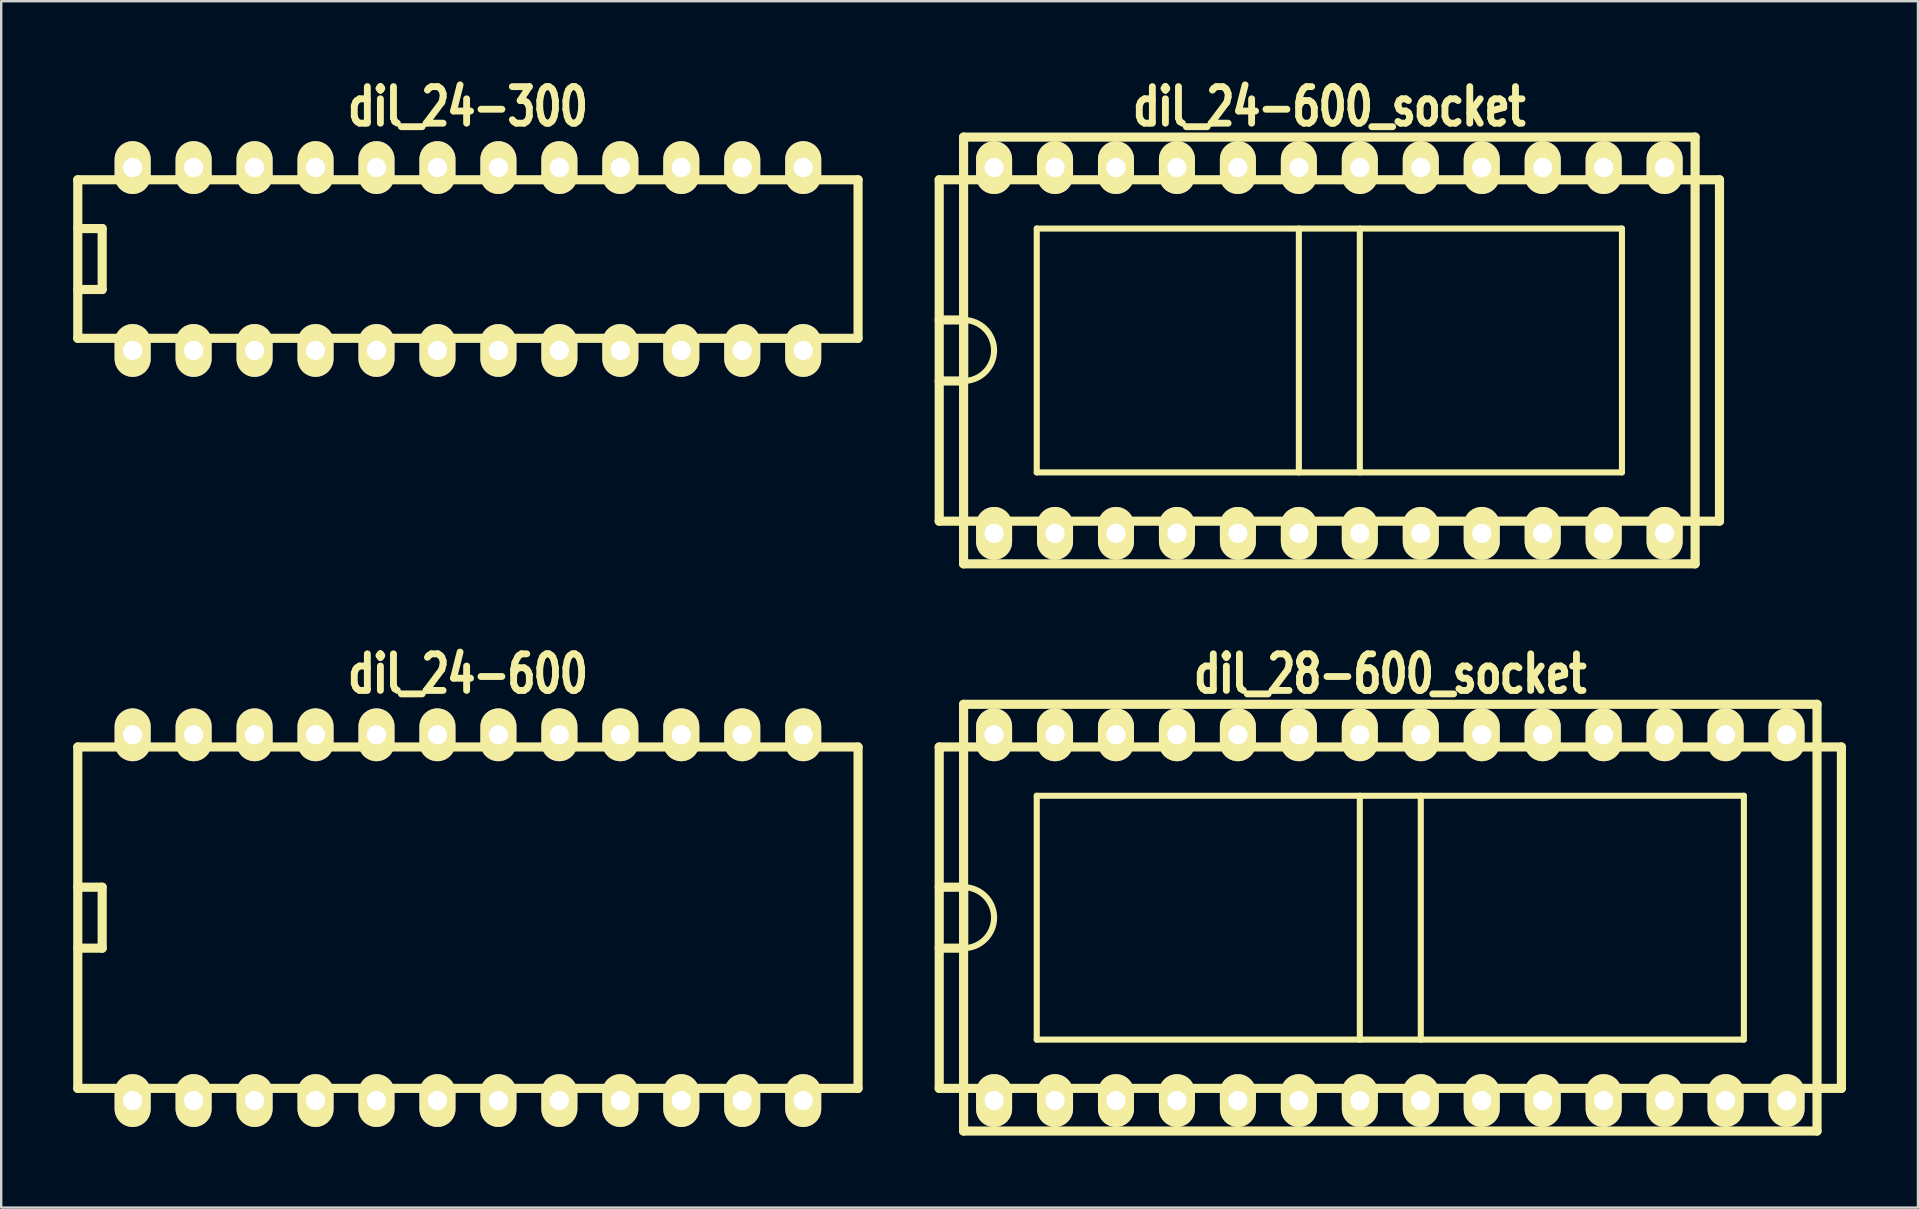
<source format=kicad_pcb>
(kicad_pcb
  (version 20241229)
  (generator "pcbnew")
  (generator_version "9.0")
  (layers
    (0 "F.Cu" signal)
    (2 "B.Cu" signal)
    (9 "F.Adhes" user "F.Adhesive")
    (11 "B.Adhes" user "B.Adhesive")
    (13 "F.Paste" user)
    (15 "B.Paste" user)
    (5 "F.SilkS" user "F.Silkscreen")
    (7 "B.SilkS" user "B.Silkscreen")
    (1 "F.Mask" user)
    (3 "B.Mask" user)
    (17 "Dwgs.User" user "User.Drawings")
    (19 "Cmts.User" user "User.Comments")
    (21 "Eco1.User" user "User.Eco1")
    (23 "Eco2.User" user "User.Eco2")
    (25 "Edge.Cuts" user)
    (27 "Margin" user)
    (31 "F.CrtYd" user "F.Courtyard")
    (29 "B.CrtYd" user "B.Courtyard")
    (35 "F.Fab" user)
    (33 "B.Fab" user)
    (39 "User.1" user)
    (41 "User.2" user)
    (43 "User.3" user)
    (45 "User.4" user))
  (footprint "dil_24-300"
    (layer "F.Cu")
    (at 16.447 7.743)
    (property "Reference" "dil_24-300" (at 0 -6.35 0) (layer "F.SilkS") (effects (font (size 1.524 1.143) (thickness 0.287))))
    (attr through_hole)
    (fp_line (start -16.256 -3.302) (end 16.256 -3.302) (stroke (width 0.381) (type solid)) (layer "F.SilkS"))
    (fp_line (start -16.256 3.302) (end -16.256 -3.302) (stroke (width 0.381) (type solid)) (layer "F.SilkS"))
    (fp_line (start -15.24 -1.27) (end -16.256 -1.27) (stroke (width 0.381) (type solid)) (layer "F.SilkS"))
    (fp_line (start -15.24 -1.27) (end -15.24 1.27) (stroke (width 0.381) (type solid)) (layer "F.SilkS"))
    (fp_line (start -15.24 1.27) (end -16.256 1.27) (stroke (width 0.381) (type solid)) (layer "F.SilkS"))
    (fp_line (start 16.256 -3.302) (end 16.256 3.302) (stroke (width 0.381) (type solid)) (layer "F.SilkS"))
    (fp_line (start 16.256 3.302) (end -16.256 3.302) (stroke (width 0.381) (type solid)) (layer "F.SilkS"))
    (pad "1" thru_hole oval (at -13.97 3.81) (size 1.501 2.2) (drill 0.8) (layers "*.Cu" "*.Mask" "F.SilkS"))
    (pad "2" thru_hole oval (at -11.43 3.81) (size 1.501 2.2) (drill 0.8) (layers "*.Cu" "*.Mask" "F.SilkS"))
    (pad "3" thru_hole oval (at -8.89 3.81) (size 1.501 2.2) (drill 0.8) (layers "*.Cu" "*.Mask" "F.SilkS"))
    (pad "4" thru_hole oval (at -6.35 3.81) (size 1.501 2.2) (drill 0.8) (layers "*.Cu" "*.Mask" "F.SilkS"))
    (pad "5" thru_hole oval (at -3.81 3.81) (size 1.501 2.2) (drill 0.8) (layers "*.Cu" "*.Mask" "F.SilkS"))
    (pad "6" thru_hole oval (at -1.27 3.81) (size 1.501 2.2) (drill 0.8) (layers "*.Cu" "*.Mask" "F.SilkS"))
    (pad "7" thru_hole oval (at 1.27 3.81) (size 1.501 2.2) (drill 0.8) (layers "*.Cu" "*.Mask" "F.SilkS"))
    (pad "8" thru_hole oval (at 3.81 3.81) (size 1.501 2.2) (drill 0.8) (layers "*.Cu" "*.Mask" "F.SilkS"))
    (pad "9" thru_hole oval (at 6.35 3.81) (size 1.501 2.2) (drill 0.8) (layers "*.Cu" "*.Mask" "F.SilkS"))
    (pad "10" thru_hole oval (at 8.89 3.81) (size 1.501 2.2) (drill 0.8) (layers "*.Cu" "*.Mask" "F.SilkS"))
    (pad "11" thru_hole oval (at 11.43 3.81) (size 1.501 2.2) (drill 0.8) (layers "*.Cu" "*.Mask" "F.SilkS"))
    (pad "12" thru_hole oval (at 13.97 3.81) (size 1.501 2.2) (drill 0.8) (layers "*.Cu" "*.Mask" "F.SilkS"))
    (pad "13" thru_hole oval (at 13.97 -3.81) (size 1.501 2.2) (drill 0.8) (layers "*.Cu" "*.Mask" "F.SilkS"))
    (pad "14" thru_hole oval (at 11.43 -3.81) (size 1.501 2.2) (drill 0.8) (layers "*.Cu" "*.Mask" "F.SilkS"))
    (pad "15" thru_hole oval (at 8.89 -3.81) (size 1.501 2.2) (drill 0.8) (layers "*.Cu" "*.Mask" "F.SilkS"))
    (pad "16" thru_hole oval (at 6.35 -3.81) (size 1.501 2.2) (drill 0.8) (layers "*.Cu" "*.Mask" "F.SilkS"))
    (pad "17" thru_hole oval (at 3.81 -3.81) (size 1.501 2.2) (drill 0.8) (layers "*.Cu" "*.Mask" "F.SilkS"))
    (pad "18" thru_hole oval (at 1.27 -3.81) (size 1.501 2.2) (drill 0.8) (layers "*.Cu" "*.Mask" "F.SilkS"))
    (pad "19" thru_hole oval (at -1.27 -3.81) (size 1.501 2.2) (drill 0.8) (layers "*.Cu" "*.Mask" "F.SilkS"))
    (pad "20" thru_hole oval (at -3.81 -3.81) (size 1.501 2.2) (drill 0.8) (layers "*.Cu" "*.Mask" "F.SilkS"))
    (pad "21" thru_hole oval (at -6.35 -3.81) (size 1.501 2.2) (drill 0.8) (layers "*.Cu" "*.Mask" "F.SilkS"))
    (pad "22" thru_hole oval (at -8.89 -3.81) (size 1.501 2.2) (drill 0.8) (layers "*.Cu" "*.Mask" "F.SilkS"))
    (pad "23" thru_hole oval (at -11.43 -3.81) (size 1.501 2.2) (drill 0.8) (layers "*.Cu" "*.Mask" "F.SilkS"))
    (pad "24" thru_hole oval (at -13.97 -3.81) (size 1.501 2.2) (drill 0.8) (layers "*.Cu" "*.Mask" "F.SilkS")))
  (footprint "dil_28-600_socket"
    (layer "F.Cu")
    (at 54.88 35.187)
    (property "Reference" "dil_28-600_socket" (at 0 -10.16 0) (layer "F.SilkS") (effects (font (size 1.524 1.143) (thickness 0.287))))
    (attr through_hole)
    (fp_line (start -18.796 -7.112) (end -18.796 7.112) (stroke (width 0.381) (type solid)) (layer "F.SilkS"))
    (fp_line (start -17.78 -8.89) (end 17.78 -8.89) (stroke (width 0.381) (type solid)) (layer "F.SilkS"))
    (fp_line (start -17.78 -1.27) (end -18.796 -1.27) (stroke (width 0.381) (type solid)) (layer "F.SilkS"))
    (fp_line (start -17.78 -1.27) (end -17.78 1.27) (stroke (width 0.381) (type solid)) (layer "F.SilkS"))
    (fp_line (start -17.78 1.27) (end -18.796 1.27) (stroke (width 0.381) (type solid)) (layer "F.SilkS"))
    (fp_line (start -17.78 8.89) (end -17.78 -8.89) (stroke (width 0.381) (type solid)) (layer "F.SilkS"))
    (fp_line (start -17.78 8.89) (end 17.78 8.89) (stroke (width 0.381) (type solid)) (layer "F.SilkS"))
    (fp_line (start -14.732 -5.08) (end -14.732 5.08) (stroke (width 0.254) (type solid)) (layer "F.SilkS"))
    (fp_line (start -14.732 5.08) (end 14.732 5.08) (stroke (width 0.254) (type solid)) (layer "F.SilkS"))
    (fp_line (start -1.27 -5.08) (end -1.27 5.08) (stroke (width 0.254) (type solid)) (layer "F.SilkS"))
    (fp_line (start 1.27 5.08) (end 1.27 -5.08) (stroke (width 0.254) (type solid)) (layer "F.SilkS"))
    (fp_line (start 14.732 -5.08) (end -14.732 -5.08) (stroke (width 0.254) (type solid)) (layer "F.SilkS"))
    (fp_line (start 14.732 -5.08) (end 14.732 5.08) (stroke (width 0.254) (type solid)) (layer "F.SilkS"))
    (fp_line (start 17.78 -8.89) (end 17.78 8.89) (stroke (width 0.381) (type solid)) (layer "F.SilkS"))
    (fp_line (start 18.796 -7.112) (end -18.796 -7.112) (stroke (width 0.381) (type solid)) (layer "F.SilkS"))
    (fp_line (start 18.796 7.112) (end -18.796 7.112) (stroke (width 0.381) (type solid)) (layer "F.SilkS"))
    (fp_line (start 18.796 7.112) (end 18.796 -7.112) (stroke (width 0.381) (type solid)) (layer "F.SilkS"))
    (fp_arc (start -17.78 -1.27) (mid -16.881974 -0.898026) (end -16.51 0) (stroke (width 0.254) (type solid)) (layer "F.SilkS"))
    (fp_arc (start -16.51 0) (mid -16.881974 0.898026) (end -17.78 1.27) (stroke (width 0.254) (type solid)) (layer "F.SilkS"))
    (pad "1" thru_hole oval (at -16.51 7.62) (size 1.501 2.2) (drill 0.8) (layers "*.Cu" "*.Mask" "F.SilkS"))
    (pad "2" thru_hole oval (at -13.97 7.62) (size 1.501 2.2) (drill 0.8) (layers "*.Cu" "*.Mask" "F.SilkS"))
    (pad "3" thru_hole oval (at -11.43 7.62) (size 1.501 2.2) (drill 0.8) (layers "*.Cu" "*.Mask" "F.SilkS"))
    (pad "4" thru_hole oval (at -8.89 7.62) (size 1.501 2.2) (drill 0.8) (layers "*.Cu" "*.Mask" "F.SilkS"))
    (pad "5" thru_hole oval (at -6.35 7.62) (size 1.501 2.2) (drill 0.8) (layers "*.Cu" "*.Mask" "F.SilkS"))
    (pad "6" thru_hole oval (at -3.81 7.62) (size 1.501 2.2) (drill 0.8) (layers "*.Cu" "*.Mask" "F.SilkS"))
    (pad "7" thru_hole oval (at -1.27 7.62) (size 1.501 2.2) (drill 0.8) (layers "*.Cu" "*.Mask" "F.SilkS"))
    (pad "8" thru_hole oval (at 1.27 7.62) (size 1.501 2.2) (drill 0.8) (layers "*.Cu" "*.Mask" "F.SilkS"))
    (pad "9" thru_hole oval (at 3.81 7.62) (size 1.501 2.2) (drill 0.8) (layers "*.Cu" "*.Mask" "F.SilkS"))
    (pad "10" thru_hole oval (at 6.35 7.62) (size 1.501 2.2) (drill 0.8) (layers "*.Cu" "*.Mask" "F.SilkS"))
    (pad "11" thru_hole oval (at 8.89 7.62) (size 1.501 2.2) (drill 0.8) (layers "*.Cu" "*.Mask" "F.SilkS"))
    (pad "12" thru_hole oval (at 11.43 7.62) (size 1.501 2.2) (drill 0.8) (layers "*.Cu" "*.Mask" "F.SilkS"))
    (pad "13" thru_hole oval (at 13.97 7.62) (size 1.501 2.2) (drill 0.8) (layers "*.Cu" "*.Mask" "F.SilkS"))
    (pad "14" thru_hole oval (at 16.51 7.62) (size 1.501 2.2) (drill 0.8) (layers "*.Cu" "*.Mask" "F.SilkS"))
    (pad "15" thru_hole oval (at 16.51 -7.62) (size 1.501 2.2) (drill 0.8) (layers "*.Cu" "*.Mask" "F.SilkS"))
    (pad "16" thru_hole oval (at 13.97 -7.62) (size 1.501 2.2) (drill 0.8) (layers "*.Cu" "*.Mask" "F.SilkS"))
    (pad "17" thru_hole oval (at 11.43 -7.62) (size 1.501 2.2) (drill 0.8) (layers "*.Cu" "*.Mask" "F.SilkS"))
    (pad "18" thru_hole oval (at 8.89 -7.62) (size 1.501 2.2) (drill 0.8) (layers "*.Cu" "*.Mask" "F.SilkS"))
    (pad "19" thru_hole oval (at 6.35 -7.62) (size 1.501 2.2) (drill 0.8) (layers "*.Cu" "*.Mask" "F.SilkS"))
    (pad "20" thru_hole oval (at 3.81 -7.62) (size 1.501 2.2) (drill 0.8) (layers "*.Cu" "*.Mask" "F.SilkS"))
    (pad "21" thru_hole oval (at 1.27 -7.62) (size 1.501 2.2) (drill 0.8) (layers "*.Cu" "*.Mask" "F.SilkS"))
    (pad "22" thru_hole oval (at -1.27 -7.62) (size 1.501 2.2) (drill 0.8) (layers "*.Cu" "*.Mask" "F.SilkS"))
    (pad "23" thru_hole oval (at -3.81 -7.62) (size 1.501 2.2) (drill 0.8) (layers "*.Cu" "*.Mask" "F.SilkS"))
    (pad "24" thru_hole oval (at -6.35 -7.62) (size 1.501 2.2) (drill 0.8) (layers "*.Cu" "*.Mask" "F.SilkS"))
    (pad "25" thru_hole oval (at -8.89 -7.62) (size 1.501 2.2) (drill 0.8) (layers "*.Cu" "*.Mask" "F.SilkS"))
    (pad "26" thru_hole oval (at -11.43 -7.62) (size 1.501 2.2) (drill 0.8) (layers "*.Cu" "*.Mask" "F.SilkS"))
    (pad "27" thru_hole oval (at -13.97 -7.62) (size 1.501 2.2) (drill 0.8) (layers "*.Cu" "*.Mask" "F.SilkS"))
    (pad "28" thru_hole oval (at -16.51 -7.62) (size 1.501 2.2) (drill 0.8) (layers "*.Cu" "*.Mask" "F.SilkS")))
  (footprint "dil_24-600"
    (layer "F.Cu")
    (at 16.447 35.187)
    (property "Reference" "dil_24-600" (at 0 -10.16 0) (layer "F.SilkS") (effects (font (size 1.524 1.143) (thickness 0.287))))
    (attr through_hole)
    (fp_line (start -16.256 -7.112) (end -16.256 7.112) (stroke (width 0.381) (type solid)) (layer "F.SilkS"))
    (fp_line (start -16.256 -7.112) (end 16.256 -7.112) (stroke (width 0.381) (type solid)) (layer "F.SilkS"))
    (fp_line (start -15.24 -1.27) (end -16.256 -1.27) (stroke (width 0.381) (type solid)) (layer "F.SilkS"))
    (fp_line (start -15.24 -1.27) (end -15.24 1.27) (stroke (width 0.381) (type solid)) (layer "F.SilkS"))
    (fp_line (start -15.24 1.27) (end -16.256 1.27) (stroke (width 0.381) (type solid)) (layer "F.SilkS"))
    (fp_line (start 16.256 7.112) (end -16.256 7.112) (stroke (width 0.381) (type solid)) (layer "F.SilkS"))
    (fp_line (start 16.256 7.112) (end 16.256 -7.112) (stroke (width 0.381) (type solid)) (layer "F.SilkS"))
    (pad "1" thru_hole oval (at -13.97 7.62) (size 1.501 2.2) (drill 0.8) (layers "*.Cu" "*.Mask" "F.SilkS"))
    (pad "2" thru_hole oval (at -11.43 7.62) (size 1.501 2.2) (drill 0.8) (layers "*.Cu" "*.Mask" "F.SilkS"))
    (pad "3" thru_hole oval (at -8.89 7.62) (size 1.501 2.2) (drill 0.8) (layers "*.Cu" "*.Mask" "F.SilkS"))
    (pad "4" thru_hole oval (at -6.35 7.62) (size 1.501 2.2) (drill 0.8) (layers "*.Cu" "*.Mask" "F.SilkS"))
    (pad "5" thru_hole oval (at -3.81 7.62) (size 1.501 2.2) (drill 0.8) (layers "*.Cu" "*.Mask" "F.SilkS"))
    (pad "6" thru_hole oval (at -1.27 7.62) (size 1.501 2.2) (drill 0.8) (layers "*.Cu" "*.Mask" "F.SilkS"))
    (pad "7" thru_hole oval (at 1.27 7.62) (size 1.501 2.2) (drill 0.8) (layers "*.Cu" "*.Mask" "F.SilkS"))
    (pad "8" thru_hole oval (at 3.81 7.62) (size 1.501 2.2) (drill 0.8) (layers "*.Cu" "*.Mask" "F.SilkS"))
    (pad "9" thru_hole oval (at 6.35 7.62) (size 1.501 2.2) (drill 0.8) (layers "*.Cu" "*.Mask" "F.SilkS"))
    (pad "10" thru_hole oval (at 8.89 7.62) (size 1.501 2.2) (drill 0.8) (layers "*.Cu" "*.Mask" "F.SilkS"))
    (pad "11" thru_hole oval (at 11.43 7.62) (size 1.501 2.2) (drill 0.8) (layers "*.Cu" "*.Mask" "F.SilkS"))
    (pad "12" thru_hole oval (at 13.97 7.62) (size 1.501 2.2) (drill 0.8) (layers "*.Cu" "*.Mask" "F.SilkS"))
    (pad "13" thru_hole oval (at 13.97 -7.62) (size 1.501 2.2) (drill 0.8) (layers "*.Cu" "*.Mask" "F.SilkS"))
    (pad "14" thru_hole oval (at 11.43 -7.62) (size 1.501 2.2) (drill 0.8) (layers "*.Cu" "*.Mask" "F.SilkS"))
    (pad "15" thru_hole oval (at 8.89 -7.62) (size 1.501 2.2) (drill 0.8) (layers "*.Cu" "*.Mask" "F.SilkS"))
    (pad "16" thru_hole oval (at 6.35 -7.62) (size 1.501 2.2) (drill 0.8) (layers "*.Cu" "*.Mask" "F.SilkS"))
    (pad "17" thru_hole oval (at 3.81 -7.62) (size 1.501 2.2) (drill 0.8) (layers "*.Cu" "*.Mask" "F.SilkS"))
    (pad "18" thru_hole oval (at 1.27 -7.62) (size 1.501 2.2) (drill 0.8) (layers "*.Cu" "*.Mask" "F.SilkS"))
    (pad "19" thru_hole oval (at -1.27 -7.62) (size 1.501 2.2) (drill 0.8) (layers "*.Cu" "*.Mask" "F.SilkS"))
    (pad "20" thru_hole oval (at -3.81 -7.62) (size 1.501 2.2) (drill 0.8) (layers "*.Cu" "*.Mask" "F.SilkS"))
    (pad "21" thru_hole oval (at -6.35 -7.62) (size 1.501 2.2) (drill 0.8) (layers "*.Cu" "*.Mask" "F.SilkS"))
    (pad "22" thru_hole oval (at -8.89 -7.62) (size 1.501 2.2) (drill 0.8) (layers "*.Cu" "*.Mask" "F.SilkS"))
    (pad "23" thru_hole oval (at -11.43 -7.62) (size 1.501 2.2) (drill 0.8) (layers "*.Cu" "*.Mask" "F.SilkS"))
    (pad "24" thru_hole oval (at -13.97 -7.62) (size 1.501 2.2) (drill 0.8) (layers "*.Cu" "*.Mask" "F.SilkS")))
  (footprint "dil_24-600_socket"
    (layer "F.Cu")
    (at 52.34 11.553)
    (property "Reference" "dil_24-600_socket" (at 0 -10.16 0) (layer "F.SilkS") (effects (font (size 1.524 1.143) (thickness 0.287))))
    (attr through_hole)
    (fp_line (start -16.256 -7.112) (end -16.256 7.112) (stroke (width 0.381) (type solid)) (layer "F.SilkS"))
    (fp_line (start -16.256 -7.112) (end 16.256 -7.112) (stroke (width 0.381) (type solid)) (layer "F.SilkS"))
    (fp_line (start -15.24 -8.89) (end 15.24 -8.89) (stroke (width 0.381) (type solid)) (layer "F.SilkS"))
    (fp_line (start -15.24 -1.27) (end -16.256 -1.27) (stroke (width 0.381) (type solid)) (layer "F.SilkS"))
    (fp_line (start -15.24 -1.27) (end -15.24 1.27) (stroke (width 0.381) (type solid)) (layer "F.SilkS"))
    (fp_line (start -15.24 1.27) (end -16.256 1.27) (stroke (width 0.381) (type solid)) (layer "F.SilkS"))
    (fp_line (start -15.24 8.89) (end -15.24 -8.89) (stroke (width 0.381) (type solid)) (layer "F.SilkS"))
    (fp_line (start -15.24 8.89) (end 15.24 8.89) (stroke (width 0.381) (type solid)) (layer "F.SilkS"))
    (fp_line (start -12.192 -5.08) (end 12.192 -5.08) (stroke (width 0.254) (type solid)) (layer "F.SilkS"))
    (fp_line (start -12.192 5.08) (end -12.192 -5.08) (stroke (width 0.254) (type solid)) (layer "F.SilkS"))
    (fp_line (start -1.27 -5.08) (end -1.27 5.08) (stroke (width 0.254) (type solid)) (layer "F.SilkS"))
    (fp_line (start 1.27 5.08) (end 1.27 -5.08) (stroke (width 0.254) (type solid)) (layer "F.SilkS"))
    (fp_line (start 12.192 -5.08) (end 12.192 5.08) (stroke (width 0.254) (type solid)) (layer "F.SilkS"))
    (fp_line (start 12.192 5.08) (end -12.192 5.08) (stroke (width 0.254) (type solid)) (layer "F.SilkS"))
    (fp_line (start 15.24 -8.89) (end 15.24 8.89) (stroke (width 0.381) (type solid)) (layer "F.SilkS"))
    (fp_line (start 16.256 7.112) (end -16.256 7.112) (stroke (width 0.381) (type solid)) (layer "F.SilkS"))
    (fp_line (start 16.256 7.112) (end 16.256 -7.112) (stroke (width 0.381) (type solid)) (layer "F.SilkS"))
    (fp_arc (start -15.24 -1.27) (mid -14.341974 -0.898026) (end -13.97 0) (stroke (width 0.254) (type solid)) (layer "F.SilkS"))
    (fp_arc (start -13.97 0) (mid -14.341974 0.898026) (end -15.24 1.27) (stroke (width 0.254) (type solid)) (layer "F.SilkS"))
    (pad "1" thru_hole oval (at -13.97 7.62) (size 1.501 2.2) (drill 0.8) (layers "*.Cu" "*.Mask" "F.SilkS"))
    (pad "2" thru_hole oval (at -11.43 7.62) (size 1.501 2.2) (drill 0.8) (layers "*.Cu" "*.Mask" "F.SilkS"))
    (pad "3" thru_hole oval (at -8.89 7.62) (size 1.501 2.2) (drill 0.8) (layers "*.Cu" "*.Mask" "F.SilkS"))
    (pad "4" thru_hole oval (at -6.35 7.62) (size 1.501 2.2) (drill 0.8) (layers "*.Cu" "*.Mask" "F.SilkS"))
    (pad "5" thru_hole oval (at -3.81 7.62) (size 1.501 2.2) (drill 0.8) (layers "*.Cu" "*.Mask" "F.SilkS"))
    (pad "6" thru_hole oval (at -1.27 7.62) (size 1.501 2.2) (drill 0.8) (layers "*.Cu" "*.Mask" "F.SilkS"))
    (pad "7" thru_hole oval (at 1.27 7.62) (size 1.501 2.2) (drill 0.8) (layers "*.Cu" "*.Mask" "F.SilkS"))
    (pad "8" thru_hole oval (at 3.81 7.62) (size 1.501 2.2) (drill 0.8) (layers "*.Cu" "*.Mask" "F.SilkS"))
    (pad "9" thru_hole oval (at 6.35 7.62) (size 1.501 2.2) (drill 0.8) (layers "*.Cu" "*.Mask" "F.SilkS"))
    (pad "10" thru_hole oval (at 8.89 7.62) (size 1.501 2.2) (drill 0.8) (layers "*.Cu" "*.Mask" "F.SilkS"))
    (pad "11" thru_hole oval (at 11.43 7.62) (size 1.501 2.2) (drill 0.8) (layers "*.Cu" "*.Mask" "F.SilkS"))
    (pad "12" thru_hole oval (at 13.97 7.62) (size 1.501 2.2) (drill 0.8) (layers "*.Cu" "*.Mask" "F.SilkS"))
    (pad "13" thru_hole oval (at 13.97 -7.62) (size 1.501 2.2) (drill 0.8) (layers "*.Cu" "*.Mask" "F.SilkS"))
    (pad "14" thru_hole oval (at 11.43 -7.62) (size 1.501 2.2) (drill 0.8) (layers "*.Cu" "*.Mask" "F.SilkS"))
    (pad "15" thru_hole oval (at 8.89 -7.62) (size 1.501 2.2) (drill 0.8) (layers "*.Cu" "*.Mask" "F.SilkS"))
    (pad "16" thru_hole oval (at 6.35 -7.62) (size 1.501 2.2) (drill 0.8) (layers "*.Cu" "*.Mask" "F.SilkS"))
    (pad "17" thru_hole oval (at 3.81 -7.62) (size 1.501 2.2) (drill 0.8) (layers "*.Cu" "*.Mask" "F.SilkS"))
    (pad "18" thru_hole oval (at 1.27 -7.62) (size 1.501 2.2) (drill 0.8) (layers "*.Cu" "*.Mask" "F.SilkS"))
    (pad "19" thru_hole oval (at -1.27 -7.62) (size 1.501 2.2) (drill 0.8) (layers "*.Cu" "*.Mask" "F.SilkS"))
    (pad "20" thru_hole oval (at -3.81 -7.62) (size 1.501 2.2) (drill 0.8) (layers "*.Cu" "*.Mask" "F.SilkS"))
    (pad "21" thru_hole oval (at -6.35 -7.62) (size 1.501 2.2) (drill 0.8) (layers "*.Cu" "*.Mask" "F.SilkS"))
    (pad "22" thru_hole oval (at -8.89 -7.62) (size 1.501 2.2) (drill 0.8) (layers "*.Cu" "*.Mask" "F.SilkS"))
    (pad "23" thru_hole oval (at -11.43 -7.62) (size 1.501 2.2) (drill 0.8) (layers "*.Cu" "*.Mask" "F.SilkS"))
    (pad "24" thru_hole oval (at -13.97 -7.62) (size 1.501 2.2) (drill 0.8) (layers "*.Cu" "*.Mask" "F.SilkS")))
  (gr_rect
    (start -3 -3)
    (end 76.866 47.267)
    (stroke (width 0.1) (type default))
    (fill no)
    (layer "Edge.Cuts")))
</source>
